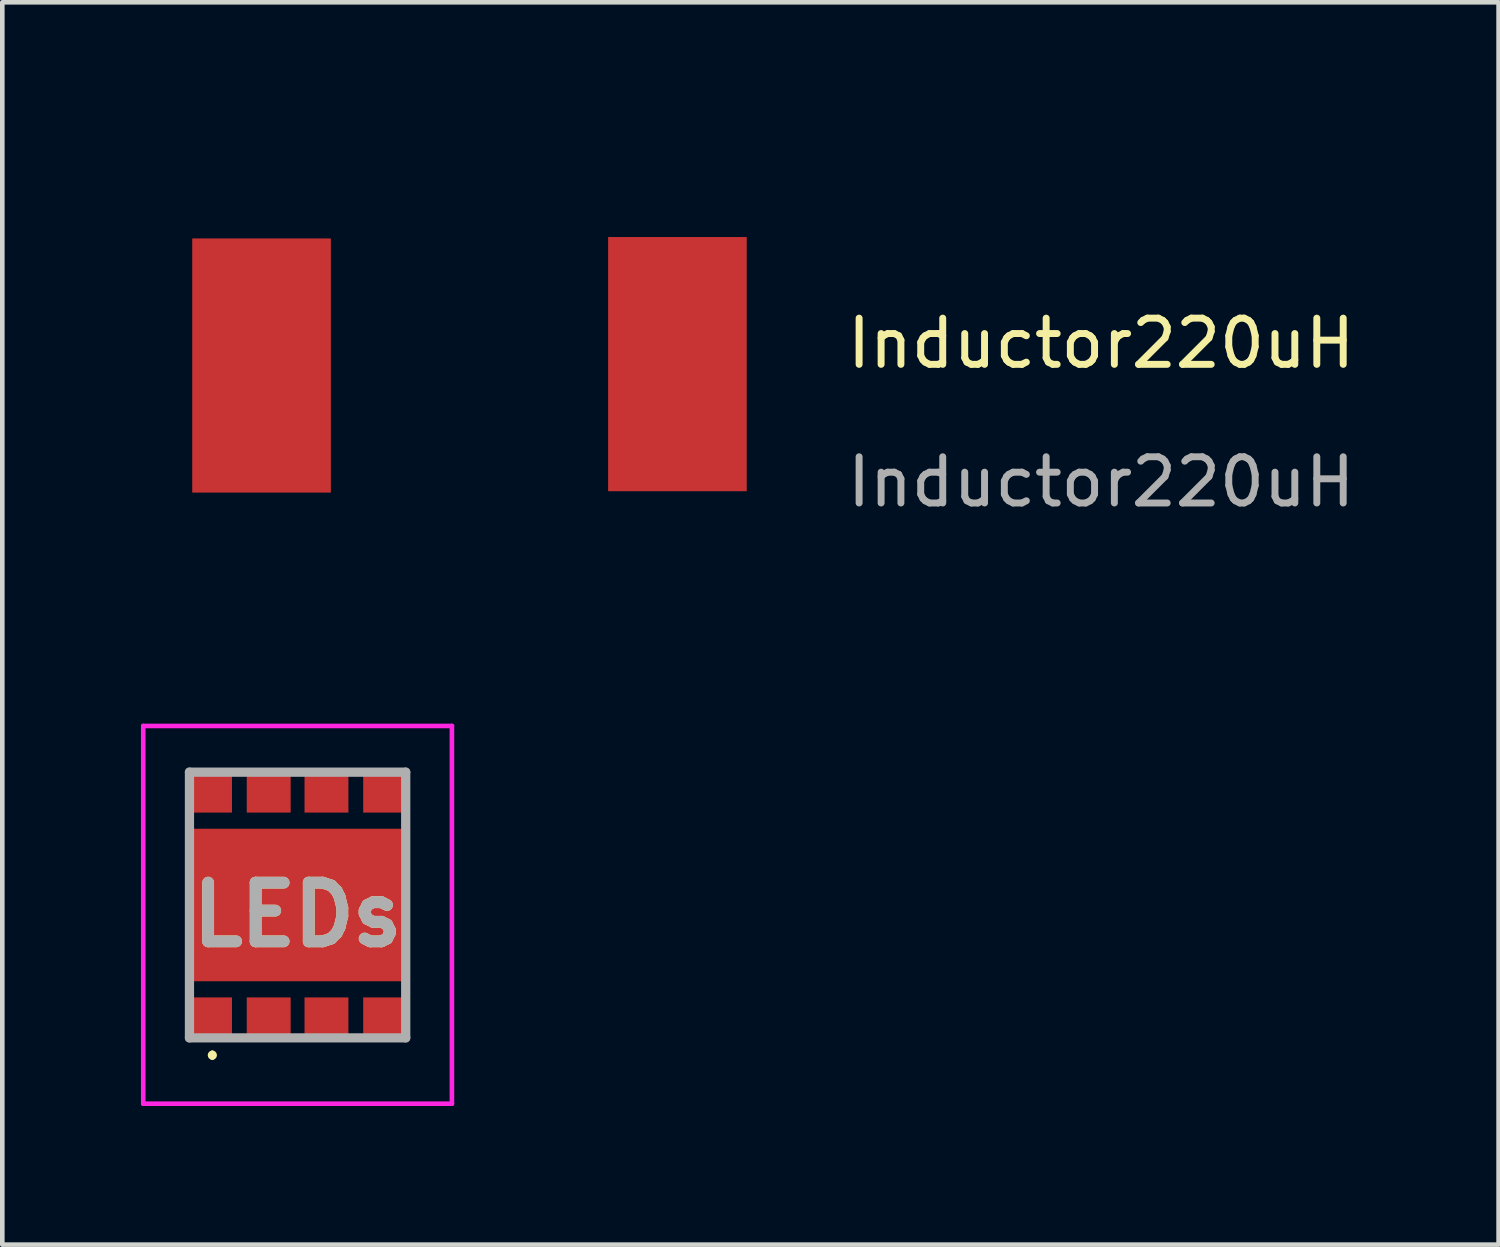
<source format=kicad_pcb>
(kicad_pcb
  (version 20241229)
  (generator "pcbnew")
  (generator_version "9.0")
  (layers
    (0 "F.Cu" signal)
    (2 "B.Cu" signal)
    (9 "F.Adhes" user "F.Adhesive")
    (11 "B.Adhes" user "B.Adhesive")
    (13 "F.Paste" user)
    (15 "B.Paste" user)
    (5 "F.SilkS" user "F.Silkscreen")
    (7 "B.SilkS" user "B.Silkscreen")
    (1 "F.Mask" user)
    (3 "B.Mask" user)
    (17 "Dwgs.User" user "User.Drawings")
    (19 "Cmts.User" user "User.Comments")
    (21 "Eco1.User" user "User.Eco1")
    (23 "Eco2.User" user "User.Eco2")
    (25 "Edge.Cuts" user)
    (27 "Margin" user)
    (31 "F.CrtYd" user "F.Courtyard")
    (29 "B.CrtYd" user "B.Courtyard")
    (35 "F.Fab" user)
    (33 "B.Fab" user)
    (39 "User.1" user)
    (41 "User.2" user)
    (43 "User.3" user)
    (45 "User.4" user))
  (footprint "Inductor220uH"
    (layer "F.Cu")
    (at 2.61 4.78)
    (property "Reference" "Inductor220uH" (at 18.17 -0.4 0) (unlocked yes) (layer "F.SilkS") (effects (font (size 1 1) (thickness 0.15))))
    (attr smd)
    (fp_rect (start -2.55 -4.72) (end 11.96 4.77) (stroke (width 0.12) (type solid)) (fill no) (layer "Margin"))
    (fp_text user "${REFERENCE}" (at 18.17 2.6 0) (unlocked yes) (layer "F.Fab") (effects (font (size 1 1) (thickness 0.15))))
    (pad "1" smd rect (at 0 0.08) (size 3 5.5) (layers "F.Cu" "F.Mask" "F.Paste"))
    (pad "2" smd rect (at 9 0.05) (size 3 5.5) (layers "F.Cu" "F.Mask" "F.Paste")))
  (footprint "LEDs"
    (layer "F.Cu")
    (at 3.39 16.535)
    (property "Reference" "LEDs" (at 0 0.212 0) (layer "F.SilkS") (effects (font (size 1.27 1.27) (thickness 0.254))))
    (attr smd)
    (fp_line (start -1.845 3.2) (end -1.845 3.2) (stroke (width 0.1) (type solid)) (layer "F.SilkS"))
    (fp_line (start -1.845 3.3) (end -1.845 3.3) (stroke (width 0.1) (type solid)) (layer "F.SilkS"))
    (fp_arc (start -1.845 3.2) (mid -1.795 3.25) (end -1.845 3.3) (stroke (width 0.1) (type solid)) (layer "F.SilkS"))
    (fp_arc (start -1.845 3.3) (mid -1.895 3.25) (end -1.845 3.2) (stroke (width 0.1) (type solid)) (layer "F.SilkS"))
    (fp_line (start -3.34 -3.875) (end -3.34 4.3) (stroke (width 0.1) (type solid)) (layer "F.CrtYd"))
    (fp_line (start -3.34 4.3) (end 3.34 4.3) (stroke (width 0.1) (type solid)) (layer "F.CrtYd"))
    (fp_line (start 3.34 -3.875) (end -3.34 -3.875) (stroke (width 0.1) (type solid)) (layer "F.CrtYd"))
    (fp_line (start 3.34 4.3) (end 3.34 -3.875) (stroke (width 0.1) (type solid)) (layer "F.CrtYd"))
    (fp_line (start -2.34 -2.875) (end -2.34 2.875) (stroke (width 0.2) (type solid)) (layer "F.Fab"))
    (fp_line (start -2.34 2.875) (end 2.34 2.875) (stroke (width 0.2) (type solid)) (layer "F.Fab"))
    (fp_line (start 2.34 -2.875) (end -2.34 -2.875) (stroke (width 0.2) (type solid)) (layer "F.Fab"))
    (fp_line (start 2.34 2.875) (end 2.34 -2.875) (stroke (width 0.2) (type solid)) (layer "F.Fab"))
    (fp_text user "${REFERENCE}" (at 0 0.212 0) (layer "F.Fab") (effects (font (size 1.27 1.27) (thickness 0.254))))
    (pad "9" smd rect (at 0 0 90) (size 3.3 4.5) (layers "F.Cu" "F.Mask" "F.Paste"))
    (pad "P1" smd rect (at -1.845 2.425 90) (size 0.85 0.85) (layers "F.Cu" "F.Mask" "F.Paste"))
    (pad "P2" smd rect (at -0.625 2.425 90) (size 0.85 0.95) (layers "F.Cu" "F.Mask" "F.Paste"))
    (pad "P3" smd rect (at 0.625 2.425 90) (size 0.85 0.95) (layers "F.Cu" "F.Mask" "F.Paste"))
    (pad "P4" smd rect (at 1.845 2.425 90) (size 0.85 0.85) (layers "F.Cu" "F.Mask" "F.Paste"))
    (pad "P5" smd rect (at 1.845 -2.425 90) (size 0.85 0.85) (layers "F.Cu" "F.Mask" "F.Paste"))
    (pad "P6" smd rect (at 0.625 -2.425 90) (size 0.85 0.95) (layers "F.Cu" "F.Mask" "F.Paste"))
    (pad "P7" smd rect (at -0.625 -2.425 90) (size 0.85 0.95) (layers "F.Cu" "F.Mask" "F.Paste"))
    (pad "P8" smd rect (at -1.845 -2.425 90) (size 0.85 0.85) (layers "F.Cu" "F.Mask" "F.Paste")))
  (gr_rect
    (start -3 -3)
    (end 29.381 23.885)
    (stroke (width 0.1) (type default))
    (fill no)
    (layer "Edge.Cuts")))
</source>
